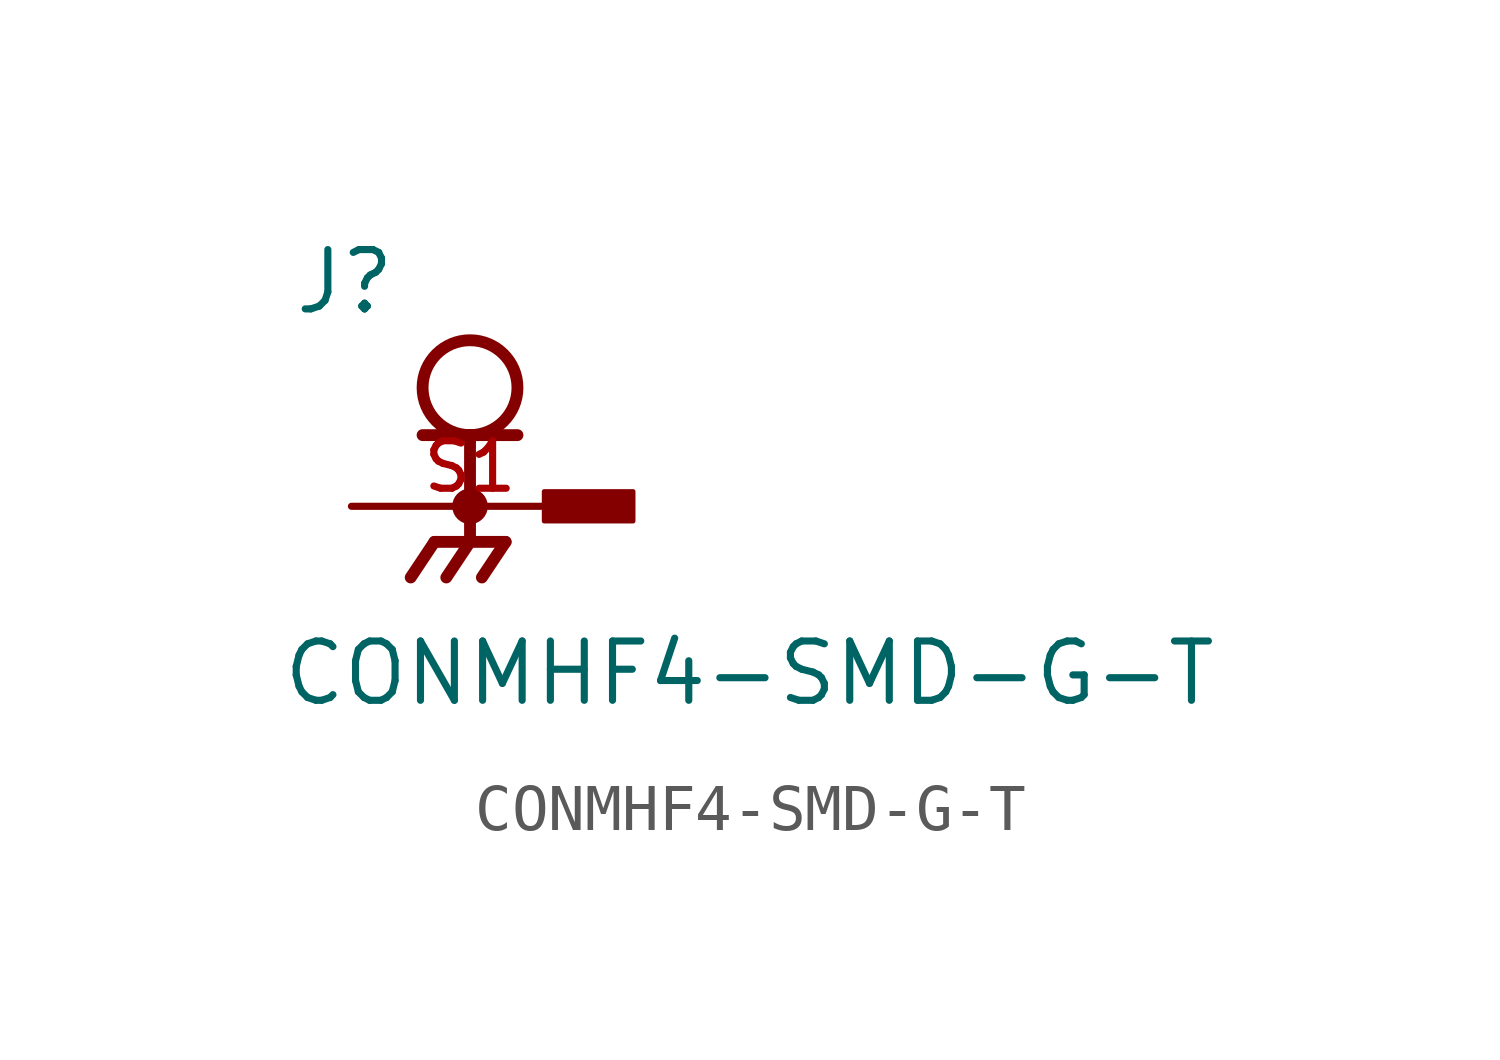
<source format=kicad_sym>
(kicad_symbol_lib
  (version 20231120)
  (generator "kicad_symbol_editor")
  (generator_version "8.0")
  (symbol "CONMHF4-SMD-G-T"
    (pin_names
      (offset 1.016))
    (property "Reference" "J"
      (at -3.81 1.524 0)
      (effects (font (size 1.27 1.27)) (justify left bottom)))
    (property "Value" "CONMHF4-SMD-G-T"
      (at -4.064 -6.858 0)
      (effects (font (size 1.27 1.27)) (justify left bottom)))
    (symbol "CONMHF4-SMD-G-T_0_0"
      (circle (center 0 -2.54) (radius 0.254) (stroke (width 0.254) (type default)) (fill (type none)))
      (polyline (pts (xy -1.016 -1.016) (xy 0 -1.016)) (stroke (width 0.254) (type default)) (fill (type none)))
      (polyline (pts (xy -0.762 -3.302) (xy -1.27 -4.064)) (stroke (width 0.254) (type default)) (fill (type none)))
      (polyline (pts (xy 0 -3.302) (xy -0.762 -3.302)) (stroke (width 0.254) (type default)) (fill (type none)))
      (polyline (pts (xy 0 -3.302) (xy -0.508 -4.064)) (stroke (width 0.254) (type default)) (fill (type none)))
      (polyline (pts (xy 0 -3.302) (xy 0.762 -3.302)) (stroke (width 0.254) (type default)) (fill (type none)))
      (polyline (pts (xy 0 -1.016) (xy 0 -3.302)) (stroke (width 0.254) (type default)) (fill (type none)))
      (polyline (pts (xy 0 -1.016) (xy 1.016 -1.016)) (stroke (width 0.254) (type default)) (fill (type none)))
      (polyline (pts (xy 0.762 -3.302) (xy 0.254 -4.064)) (stroke (width 0.254) (type default)) (fill (type none)))
      (circle (center 0 0) (radius 1.016) (stroke (width 0.254) (type default)) (fill (type none)))
      (rectangle (start 1.587 -2.857) (end 3.493 -2.223) (stroke (width 0.1) (type default)) (fill (type outline)))
      (pin passive line (at -2.54 -2.54 0) (length 5.08) (name "~" (effects (font (size 1.016 1.016)))) (number "S1" (effects (font (size 1.016 1.016))))))))
</source>
